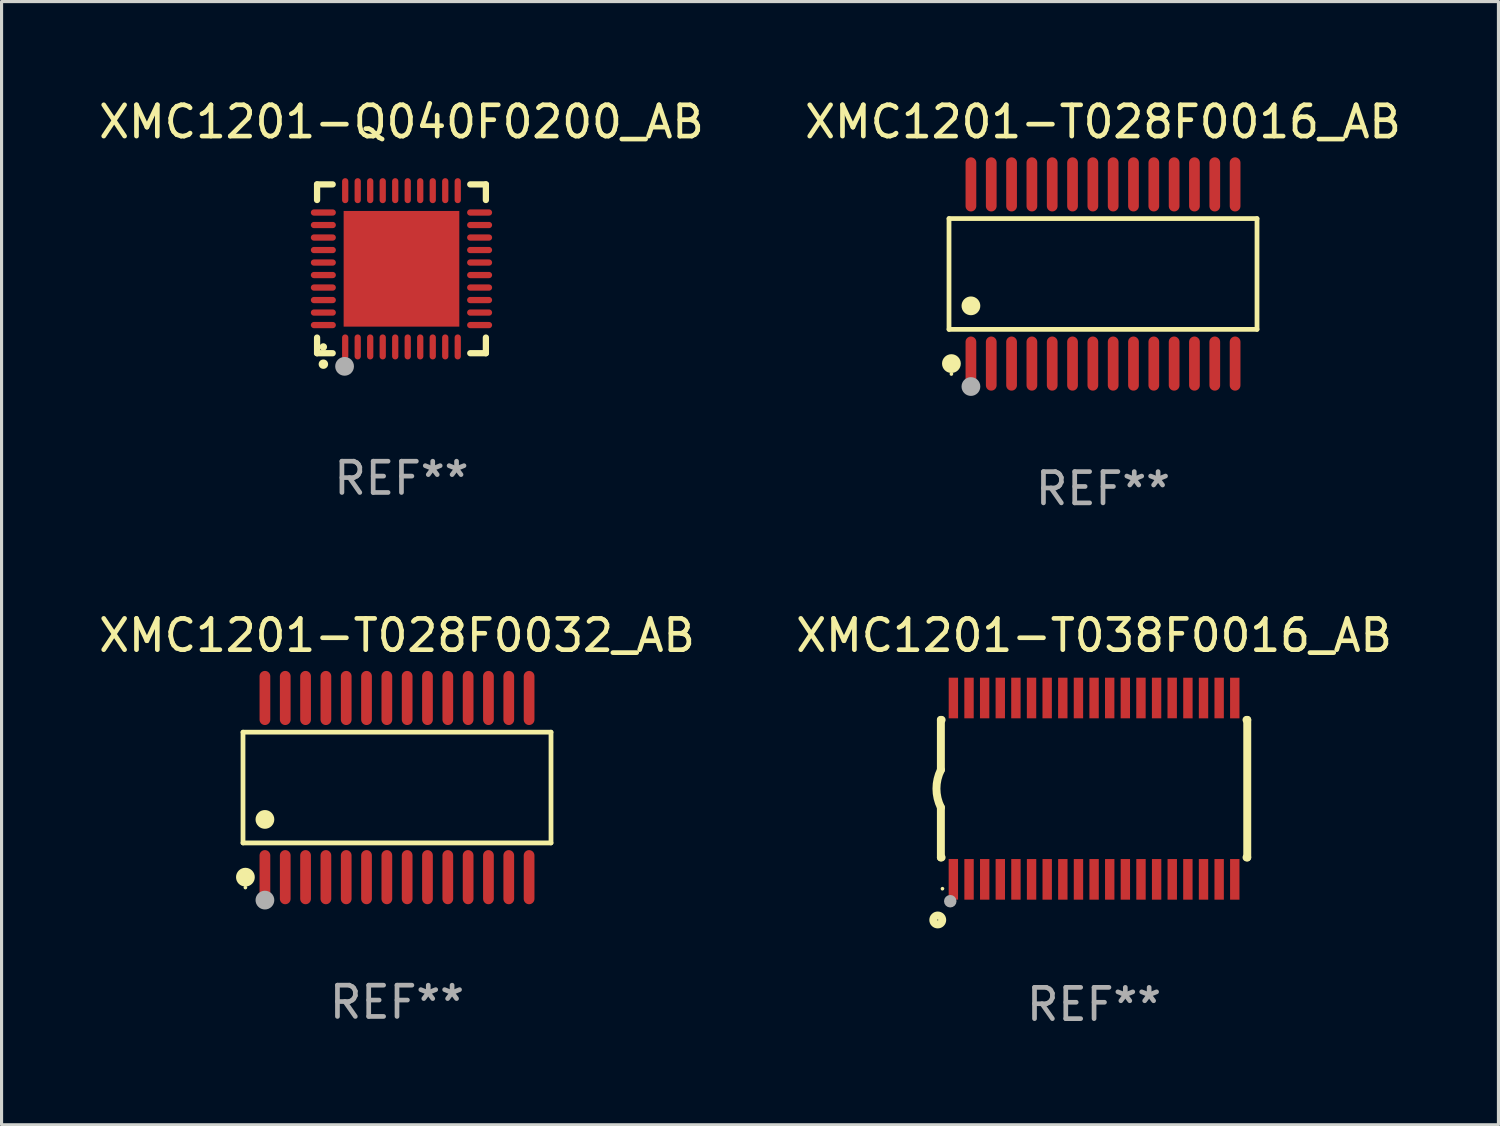
<source format=kicad_pcb>
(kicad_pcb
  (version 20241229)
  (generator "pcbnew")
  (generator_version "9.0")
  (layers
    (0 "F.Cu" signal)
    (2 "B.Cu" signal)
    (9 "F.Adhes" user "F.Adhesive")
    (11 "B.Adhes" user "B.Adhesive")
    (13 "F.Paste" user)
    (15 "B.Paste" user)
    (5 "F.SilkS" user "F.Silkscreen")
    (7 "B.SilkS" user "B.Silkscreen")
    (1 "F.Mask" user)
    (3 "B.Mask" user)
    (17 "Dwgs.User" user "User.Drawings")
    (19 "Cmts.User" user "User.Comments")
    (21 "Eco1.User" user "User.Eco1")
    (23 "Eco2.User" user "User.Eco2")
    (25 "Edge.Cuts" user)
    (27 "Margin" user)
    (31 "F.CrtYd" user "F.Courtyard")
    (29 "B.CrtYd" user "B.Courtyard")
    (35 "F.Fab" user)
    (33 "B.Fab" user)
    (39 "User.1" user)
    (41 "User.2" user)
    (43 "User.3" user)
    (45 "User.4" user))
  (footprint "XMC1201-T028F0016_AB"
    (layer "F.Cu")
    (at 32.232 5.714)
    (property "Reference" "XMC1201-T028F0016_AB" (at 0 -4.866 0) (layer "F.SilkS") (effects (font (size 1 1) (thickness 0.15))))
    (attr through_hole)
    (fp_line (start -4.926 -1.772) (end 4.926 -1.772) (stroke (width 0.152) (type solid)) (layer "F.SilkS"))
    (fp_line (start -4.926 1.771) (end -4.926 -1.772) (stroke (width 0.152) (type solid)) (layer "F.SilkS"))
    (fp_line (start 4.926 -1.772) (end 4.926 1.771) (stroke (width 0.152) (type solid)) (layer "F.SilkS"))
    (fp_line (start 4.926 1.771) (end -4.926 1.771) (stroke (width 0.152) (type solid)) (layer "F.SilkS"))
    (fp_circle (center -4.85 3.2) (end -4.82 3.2) (stroke (width 0.06) (type solid)) (fill no) (layer "F.SilkS"))
    (fp_circle (center -4.849 2.866) (end -4.699 2.866) (stroke (width 0.3) (type solid)) (fill no) (layer "F.SilkS"))
    (fp_circle (center -4.225 1.019) (end -4.075 1.019) (stroke (width 0.3) (type solid)) (fill no) (layer "F.SilkS"))
    (fp_circle (center -4.225 3.6) (end -4.075 3.6) (stroke (width 0.3) (type solid)) (fill no) (layer "F.Fab"))
    (fp_text user "REF**" (at 0 6.866 0) (layer "F.Fab") (effects (font (size 1 1) (thickness 0.15))))
    (pad "1" smd oval (at -4.225 2.866) (size 0.343 1.731) (layers "F.Cu" "F.Mask" "F.Paste"))
    (pad "2" smd oval (at -3.575 2.866) (size 0.343 1.731) (layers "F.Cu" "F.Mask" "F.Paste"))
    (pad "3" smd oval (at -2.925 2.866) (size 0.343 1.731) (layers "F.Cu" "F.Mask" "F.Paste"))
    (pad "4" smd oval (at -2.275 2.866) (size 0.343 1.731) (layers "F.Cu" "F.Mask" "F.Paste"))
    (pad "5" smd oval (at -1.625 2.866) (size 0.343 1.731) (layers "F.Cu" "F.Mask" "F.Paste"))
    (pad "6" smd oval (at -0.975 2.866) (size 0.343 1.731) (layers "F.Cu" "F.Mask" "F.Paste"))
    (pad "7" smd oval (at -0.325 2.866) (size 0.343 1.731) (layers "F.Cu" "F.Mask" "F.Paste"))
    (pad "8" smd oval (at 0.325 2.866) (size 0.343 1.731) (layers "F.Cu" "F.Mask" "F.Paste"))
    (pad "9" smd oval (at 0.975 2.866) (size 0.343 1.731) (layers "F.Cu" "F.Mask" "F.Paste"))
    (pad "10" smd oval (at 1.625 2.866) (size 0.343 1.731) (layers "F.Cu" "F.Mask" "F.Paste"))
    (pad "11" smd oval (at 2.275 2.866) (size 0.343 1.731) (layers "F.Cu" "F.Mask" "F.Paste"))
    (pad "12" smd oval (at 2.925 2.866) (size 0.343 1.731) (layers "F.Cu" "F.Mask" "F.Paste"))
    (pad "13" smd oval (at 3.575 2.866) (size 0.343 1.731) (layers "F.Cu" "F.Mask" "F.Paste"))
    (pad "14" smd oval (at 4.225 2.866) (size 0.343 1.731) (layers "F.Cu" "F.Mask" "F.Paste"))
    (pad "15" smd oval (at 4.225 -2.866) (size 0.343 1.731) (layers "F.Cu" "F.Mask" "F.Paste"))
    (pad "16" smd oval (at 3.575 -2.866) (size 0.343 1.731) (layers "F.Cu" "F.Mask" "F.Paste"))
    (pad "17" smd oval (at 2.925 -2.866) (size 0.343 1.731) (layers "F.Cu" "F.Mask" "F.Paste"))
    (pad "18" smd oval (at 2.275 -2.866) (size 0.343 1.731) (layers "F.Cu" "F.Mask" "F.Paste"))
    (pad "19" smd oval (at 1.625 -2.866) (size 0.343 1.731) (layers "F.Cu" "F.Mask" "F.Paste"))
    (pad "20" smd oval (at 0.975 -2.866) (size 0.343 1.731) (layers "F.Cu" "F.Mask" "F.Paste"))
    (pad "21" smd oval (at 0.325 -2.866) (size 0.343 1.731) (layers "F.Cu" "F.Mask" "F.Paste"))
    (pad "22" smd oval (at -0.325 -2.866) (size 0.343 1.731) (layers "F.Cu" "F.Mask" "F.Paste"))
    (pad "23" smd oval (at -0.975 -2.866) (size 0.343 1.731) (layers "F.Cu" "F.Mask" "F.Paste"))
    (pad "24" smd oval (at -1.625 -2.866) (size 0.343 1.731) (layers "F.Cu" "F.Mask" "F.Paste"))
    (pad "25" smd oval (at -2.275 -2.866) (size 0.343 1.731) (layers "F.Cu" "F.Mask" "F.Paste"))
    (pad "26" smd oval (at -2.925 -2.866) (size 0.343 1.731) (layers "F.Cu" "F.Mask" "F.Paste"))
    (pad "27" smd oval (at -3.575 -2.866) (size 0.343 1.731) (layers "F.Cu" "F.Mask" "F.Paste"))
    (pad "28" smd oval (at -4.225 -2.866) (size 0.343 1.731) (layers "F.Cu" "F.Mask" "F.Paste")))
  (footprint "XMC1201-Q040F0200_AB"
    (layer "F.Cu")
    (at 9.792 5.548)
    (property "Reference" "XMC1201-Q040F0200_AB" (at 0 -4.7 0) (layer "F.SilkS") (effects (font (size 1 1) (thickness 0.15))))
    (attr through_hole)
    (fp_line (start -2.7 -2.7) (end -2.7 -2.2) (stroke (width 0.2) (type solid)) (layer "F.SilkS"))
    (fp_line (start -2.7 2.7) (end -2.7 2.2) (stroke (width 0.2) (type solid)) (layer "F.SilkS"))
    (fp_line (start -2.2 -2.7) (end -2.7 -2.7) (stroke (width 0.2) (type solid)) (layer "F.SilkS"))
    (fp_line (start -2.2 2.7) (end -2.7 2.7) (stroke (width 0.2) (type solid)) (layer "F.SilkS"))
    (fp_line (start 2.7 -2.7) (end 2.2 -2.7) (stroke (width 0.2) (type solid)) (layer "F.SilkS"))
    (fp_line (start 2.7 -2.2) (end 2.7 -2.7) (stroke (width 0.2) (type solid)) (layer "F.SilkS"))
    (fp_line (start 2.7 2.2) (end 2.7 2.7) (stroke (width 0.2) (type solid)) (layer "F.SilkS"))
    (fp_line (start 2.7 2.7) (end 2.2 2.7) (stroke (width 0.2) (type solid)) (layer "F.SilkS"))
    (fp_arc (start -2.499365 3.050546) (mid -2.498095 3.050541) (end -2.496825 3.050546) (stroke (width 0.3) (type solid)) (layer "F.SilkS"))
    (fp_circle (center -2.5 2.5) (end -2.44 2.5) (stroke (width 0.12) (type solid)) (fill no) (layer "F.SilkS"))
    (fp_circle (center -1.82 3.12) (end -1.67 3.12) (stroke (width 0.3) (type solid)) (fill no) (layer "F.Fab"))
    (fp_text user "REF**" (at 0 6.7 0) (layer "F.Fab") (effects (font (size 1 1) (thickness 0.15))))
    (pad "1" smd oval (at -1.8 2.499) (size 0.2 0.8) (layers "F.Cu" "F.Mask" "F.Paste"))
    (pad "2" smd oval (at -1.4 2.499) (size 0.2 0.8) (layers "F.Cu" "F.Mask" "F.Paste"))
    (pad "3" smd oval (at -1 2.499) (size 0.2 0.8) (layers "F.Cu" "F.Mask" "F.Paste"))
    (pad "4" smd oval (at -0.6 2.499) (size 0.2 0.8) (layers "F.Cu" "F.Mask" "F.Paste"))
    (pad "5" smd oval (at -0.2 2.499) (size 0.2 0.8) (layers "F.Cu" "F.Mask" "F.Paste"))
    (pad "6" smd oval (at 0.2 2.499) (size 0.2 0.8) (layers "F.Cu" "F.Mask" "F.Paste"))
    (pad "7" smd oval (at 0.6 2.499) (size 0.2 0.8) (layers "F.Cu" "F.Mask" "F.Paste"))
    (pad "8" smd oval (at 1 2.499) (size 0.2 0.8) (layers "F.Cu" "F.Mask" "F.Paste"))
    (pad "9" smd oval (at 1.4 2.499) (size 0.2 0.8) (layers "F.Cu" "F.Mask" "F.Paste"))
    (pad "10" smd oval (at 1.8 2.499) (size 0.2 0.8) (layers "F.Cu" "F.Mask" "F.Paste"))
    (pad "11" smd oval (at 2.499 1.8) (size 0.8 0.2) (layers "F.Cu" "F.Mask" "F.Paste"))
    (pad "12" smd oval (at 2.499 1.4) (size 0.8 0.2) (layers "F.Cu" "F.Mask" "F.Paste"))
    (pad "13" smd oval (at 2.499 1) (size 0.8 0.2) (layers "F.Cu" "F.Mask" "F.Paste"))
    (pad "14" smd oval (at 2.499 0.6) (size 0.8 0.2) (layers "F.Cu" "F.Mask" "F.Paste"))
    (pad "15" smd oval (at 2.499 0.2) (size 0.8 0.2) (layers "F.Cu" "F.Mask" "F.Paste"))
    (pad "16" smd oval (at 2.499 -0.2) (size 0.8 0.2) (layers "F.Cu" "F.Mask" "F.Paste"))
    (pad "17" smd oval (at 2.499 -0.6) (size 0.8 0.2) (layers "F.Cu" "F.Mask" "F.Paste"))
    (pad "18" smd oval (at 2.499 -1) (size 0.8 0.2) (layers "F.Cu" "F.Mask" "F.Paste"))
    (pad "19" smd oval (at 2.499 -1.4) (size 0.8 0.2) (layers "F.Cu" "F.Mask" "F.Paste"))
    (pad "20" smd oval (at 2.499 -1.8) (size 0.8 0.2) (layers "F.Cu" "F.Mask" "F.Paste"))
    (pad "21" smd oval (at 1.8 -2.499) (size 0.2 0.8) (layers "F.Cu" "F.Mask" "F.Paste"))
    (pad "22" smd oval (at 1.4 -2.499) (size 0.2 0.8) (layers "F.Cu" "F.Mask" "F.Paste"))
    (pad "23" smd oval (at 1 -2.499) (size 0.2 0.8) (layers "F.Cu" "F.Mask" "F.Paste"))
    (pad "24" smd oval (at 0.6 -2.499) (size 0.2 0.8) (layers "F.Cu" "F.Mask" "F.Paste"))
    (pad "25" smd oval (at 0.2 -2.499) (size 0.2 0.8) (layers "F.Cu" "F.Mask" "F.Paste"))
    (pad "26" smd oval (at -0.2 -2.499) (size 0.2 0.8) (layers "F.Cu" "F.Mask" "F.Paste"))
    (pad "27" smd oval (at -0.6 -2.499) (size 0.2 0.8) (layers "F.Cu" "F.Mask" "F.Paste"))
    (pad "28" smd oval (at -1 -2.499) (size 0.2 0.8) (layers "F.Cu" "F.Mask" "F.Paste"))
    (pad "29" smd oval (at -1.4 -2.499) (size 0.2 0.8) (layers "F.Cu" "F.Mask" "F.Paste"))
    (pad "30" smd oval (at -1.8 -2.499) (size 0.2 0.8) (layers "F.Cu" "F.Mask" "F.Paste"))
    (pad "31" smd oval (at -2.499 -1.8) (size 0.8 0.2) (layers "F.Cu" "F.Mask" "F.Paste"))
    (pad "32" smd oval (at -2.499 -1.4) (size 0.8 0.2) (layers "F.Cu" "F.Mask" "F.Paste"))
    (pad "33" smd oval (at -2.499 -1) (size 0.8 0.2) (layers "F.Cu" "F.Mask" "F.Paste"))
    (pad "34" smd oval (at -2.499 -0.6) (size 0.8 0.2) (layers "F.Cu" "F.Mask" "F.Paste"))
    (pad "35" smd oval (at -2.499 -0.2) (size 0.8 0.2) (layers "F.Cu" "F.Mask" "F.Paste"))
    (pad "36" smd oval (at -2.499 0.2) (size 0.8 0.2) (layers "F.Cu" "F.Mask" "F.Paste"))
    (pad "37" smd oval (at -2.499 0.6) (size 0.8 0.2) (layers "F.Cu" "F.Mask" "F.Paste"))
    (pad "38" smd oval (at -2.499 1) (size 0.8 0.2) (layers "F.Cu" "F.Mask" "F.Paste"))
    (pad "39" smd oval (at -2.499 1.4) (size 0.8 0.2) (layers "F.Cu" "F.Mask" "F.Paste"))
    (pad "40" smd oval (at -2.499 1.8) (size 0.8 0.2) (layers "F.Cu" "F.Mask" "F.Paste"))
    (pad "41" smd rect (at 0 0) (size 3.7 3.7) (layers "F.Cu" "F.Mask" "F.Paste")))
  (footprint "XMC1201-T038F0016_AB"
    (layer "F.Cu")
    (at 31.946 22.177)
    (property "Reference" "XMC1201-T038F0016_AB" (at 0 -4.901 0) (layer "F.SilkS") (effects (font (size 1 1) (thickness 0.15))))
    (attr through_hole)
    (fp_line (start -4.9 -2.2) (end -4.9 -0.6) (stroke (width 0.254) (type solid)) (layer "F.SilkS"))
    (fp_line (start -4.9 -2.2) (end -4.876 -2.2) (stroke (width 0.254) (type solid)) (layer "F.SilkS"))
    (fp_line (start -4.9 2.2) (end -4.9 0.6) (stroke (width 0.254) (type solid)) (layer "F.SilkS"))
    (fp_line (start -4.9 2.2) (end -4.877 2.2) (stroke (width 0.254) (type solid)) (layer "F.SilkS"))
    (fp_line (start 4.876 -2.2) (end 4.9 -2.2) (stroke (width 0.254) (type solid)) (layer "F.SilkS"))
    (fp_line (start 4.877 2.2) (end 4.9 2.2) (stroke (width 0.254) (type solid)) (layer "F.SilkS"))
    (fp_line (start 4.9 -2.2) (end 4.9 2.2) (stroke (width 0.254) (type solid)) (layer "F.SilkS"))
    (fp_arc (start -4.900051 0.599822) (mid -5.041652 -0.000095) (end -4.9 -0.6) (stroke (width 0.254001) (type solid)) (layer "F.SilkS"))
    (fp_circle (center -5 4.2) (end -4.857 4.2) (stroke (width 0.254) (type solid)) (fill no) (layer "F.SilkS"))
    (fp_circle (center -4.85 3.2) (end -4.82 3.2) (stroke (width 0.06) (type solid)) (fill no) (layer "F.SilkS"))
    (fp_circle (center -4.6 3.6) (end -4.5 3.6) (stroke (width 0.2) (type solid)) (fill no) (layer "F.Fab"))
    (fp_text user "REF**" (at 0 6.901 0) (layer "F.Fab") (effects (font (size 1 1) (thickness 0.15))))
    (pad "1" smd rect (at -4.501 2.899 90) (size 1.3 0.3) (layers "F.Cu" "F.Mask" "F.Paste"))
    (pad "2" smd rect (at -3.999 2.901 90) (size 1.3 0.3) (layers "F.Cu" "F.Mask" "F.Paste"))
    (pad "3" smd rect (at -3.498 2.901 90) (size 1.3 0.3) (layers "F.Cu" "F.Mask" "F.Paste"))
    (pad "4" smd rect (at -2.999 2.901 90) (size 1.3 0.3) (layers "F.Cu" "F.Mask" "F.Paste"))
    (pad "5" smd rect (at -2.499 2.901 90) (size 1.3 0.3) (layers "F.Cu" "F.Mask" "F.Paste"))
    (pad "6" smd rect (at -1.999 2.901 90) (size 1.3 0.3) (layers "F.Cu" "F.Mask" "F.Paste"))
    (pad "7" smd rect (at -1.499 2.901 90) (size 1.3 0.3) (layers "F.Cu" "F.Mask" "F.Paste"))
    (pad "8" smd rect (at -0.999 2.901 90) (size 1.3 0.3) (layers "F.Cu" "F.Mask" "F.Paste"))
    (pad "9" smd rect (at -0.499 2.901 90) (size 1.3 0.3) (layers "F.Cu" "F.Mask" "F.Paste"))
    (pad "10" smd rect (at 0.001 2.901 90) (size 1.3 0.3) (layers "F.Cu" "F.Mask" "F.Paste"))
    (pad "11" smd rect (at 0.501 2.901 90) (size 1.3 0.3) (layers "F.Cu" "F.Mask" "F.Paste"))
    (pad "12" smd rect (at 1.001 2.901 90) (size 1.3 0.3) (layers "F.Cu" "F.Mask" "F.Paste"))
    (pad "13" smd rect (at 1.501 2.901 90) (size 1.3 0.3) (layers "F.Cu" "F.Mask" "F.Paste"))
    (pad "14" smd rect (at 2.001 2.901 90) (size 1.3 0.3) (layers "F.Cu" "F.Mask" "F.Paste"))
    (pad "15" smd rect (at 2.501 2.901 90) (size 1.3 0.3) (layers "F.Cu" "F.Mask" "F.Paste"))
    (pad "16" smd rect (at 3.001 2.901 90) (size 1.3 0.3) (layers "F.Cu" "F.Mask" "F.Paste"))
    (pad "17" smd rect (at 3.501 2.901 90) (size 1.3 0.3) (layers "F.Cu" "F.Mask" "F.Paste"))
    (pad "18" smd rect (at 4.001 2.901 90) (size 1.3 0.3) (layers "F.Cu" "F.Mask" "F.Paste"))
    (pad "19" smd rect (at 4.501 2.901 90) (size 1.3 0.3) (layers "F.Cu" "F.Mask" "F.Paste"))
    (pad "20" smd rect (at 4.501 -2.899 90) (size 1.3 0.3) (layers "F.Cu" "F.Mask" "F.Paste"))
    (pad "21" smd rect (at 4.001 -2.9 90) (size 1.3 0.3) (layers "F.Cu" "F.Mask" "F.Paste"))
    (pad "22" smd rect (at 3.501 -2.899 90) (size 1.3 0.3) (layers "F.Cu" "F.Mask" "F.Paste"))
    (pad "23" smd rect (at 3.002 -2.899 90) (size 1.3 0.3) (layers "F.Cu" "F.Mask" "F.Paste"))
    (pad "24" smd rect (at 2.499 -2.901 90) (size 1.3 0.3) (layers "F.Cu" "F.Mask" "F.Paste"))
    (pad "25" smd rect (at 2 -2.9 90) (size 1.3 0.3) (layers "F.Cu" "F.Mask" "F.Paste"))
    (pad "26" smd rect (at 1.5 -2.9 90) (size 1.3 0.3) (layers "F.Cu" "F.Mask" "F.Paste"))
    (pad "27" smd rect (at 1 -2.9 90) (size 1.3 0.3) (layers "F.Cu" "F.Mask" "F.Paste"))
    (pad "28" smd rect (at 0.5 -2.9 90) (size 1.3 0.3) (layers "F.Cu" "F.Mask" "F.Paste"))
    (pad "29" smd rect (at 0.000127 -2.9 90) (size 1.3 0.3) (layers "F.Cu" "F.Mask" "F.Paste"))
    (pad "30" smd rect (at -0.5 -2.9 90) (size 1.3 0.3) (layers "F.Cu" "F.Mask" "F.Paste"))
    (pad "31" smd rect (at -1 -2.9 90) (size 1.3 0.3) (layers "F.Cu" "F.Mask" "F.Paste"))
    (pad "32" smd rect (at -1.5 -2.9 90) (size 1.3 0.3) (layers "F.Cu" "F.Mask" "F.Paste"))
    (pad "33" smd rect (at -2 -2.9 90) (size 1.3 0.3) (layers "F.Cu" "F.Mask" "F.Paste"))
    (pad "34" smd rect (at -2.5 -2.9 90) (size 1.3 0.3) (layers "F.Cu" "F.Mask" "F.Paste"))
    (pad "35" smd rect (at -3 -2.9 90) (size 1.3 0.3) (layers "F.Cu" "F.Mask" "F.Paste"))
    (pad "36" smd rect (at -3.5 -2.9 90) (size 1.3 0.3) (layers "F.Cu" "F.Mask" "F.Paste"))
    (pad "37" smd rect (at -4 -2.9 90) (size 1.3 0.3) (layers "F.Cu" "F.Mask" "F.Paste"))
    (pad "38" smd rect (at -4.5 -2.9 90) (size 1.3 0.3) (layers "F.Cu" "F.Mask" "F.Paste")))
  (footprint "XMC1201-T028F0032_AB"
    (layer "F.Cu")
    (at 9.649 22.142)
    (property "Reference" "XMC1201-T028F0032_AB" (at 0 -4.866 0) (layer "F.SilkS") (effects (font (size 1 1) (thickness 0.15))))
    (attr through_hole)
    (fp_line (start -4.926 -1.772) (end 4.926 -1.772) (stroke (width 0.152) (type solid)) (layer "F.SilkS"))
    (fp_line (start -4.926 1.771) (end -4.926 -1.772) (stroke (width 0.152) (type solid)) (layer "F.SilkS"))
    (fp_line (start 4.926 -1.772) (end 4.926 1.771) (stroke (width 0.152) (type solid)) (layer "F.SilkS"))
    (fp_line (start 4.926 1.771) (end -4.926 1.771) (stroke (width 0.152) (type solid)) (layer "F.SilkS"))
    (fp_circle (center -4.85 3.2) (end -4.82 3.2) (stroke (width 0.06) (type solid)) (fill no) (layer "F.SilkS"))
    (fp_circle (center -4.849 2.866) (end -4.699 2.866) (stroke (width 0.3) (type solid)) (fill no) (layer "F.SilkS"))
    (fp_circle (center -4.225 1.019) (end -4.075 1.019) (stroke (width 0.3) (type solid)) (fill no) (layer "F.SilkS"))
    (fp_circle (center -4.225 3.6) (end -4.075 3.6) (stroke (width 0.3) (type solid)) (fill no) (layer "F.Fab"))
    (fp_text user "REF**" (at 0 6.866 0) (layer "F.Fab") (effects (font (size 1 1) (thickness 0.15))))
    (pad "1" smd oval (at -4.225 2.866) (size 0.343 1.731) (layers "F.Cu" "F.Mask" "F.Paste"))
    (pad "2" smd oval (at -3.575 2.866) (size 0.343 1.731) (layers "F.Cu" "F.Mask" "F.Paste"))
    (pad "3" smd oval (at -2.925 2.866) (size 0.343 1.731) (layers "F.Cu" "F.Mask" "F.Paste"))
    (pad "4" smd oval (at -2.275 2.866) (size 0.343 1.731) (layers "F.Cu" "F.Mask" "F.Paste"))
    (pad "5" smd oval (at -1.625 2.866) (size 0.343 1.731) (layers "F.Cu" "F.Mask" "F.Paste"))
    (pad "6" smd oval (at -0.975 2.866) (size 0.343 1.731) (layers "F.Cu" "F.Mask" "F.Paste"))
    (pad "7" smd oval (at -0.325 2.866) (size 0.343 1.731) (layers "F.Cu" "F.Mask" "F.Paste"))
    (pad "8" smd oval (at 0.325 2.866) (size 0.343 1.731) (layers "F.Cu" "F.Mask" "F.Paste"))
    (pad "9" smd oval (at 0.975 2.866) (size 0.343 1.731) (layers "F.Cu" "F.Mask" "F.Paste"))
    (pad "10" smd oval (at 1.625 2.866) (size 0.343 1.731) (layers "F.Cu" "F.Mask" "F.Paste"))
    (pad "11" smd oval (at 2.275 2.866) (size 0.343 1.731) (layers "F.Cu" "F.Mask" "F.Paste"))
    (pad "12" smd oval (at 2.925 2.866) (size 0.343 1.731) (layers "F.Cu" "F.Mask" "F.Paste"))
    (pad "13" smd oval (at 3.575 2.866) (size 0.343 1.731) (layers "F.Cu" "F.Mask" "F.Paste"))
    (pad "14" smd oval (at 4.225 2.866) (size 0.343 1.731) (layers "F.Cu" "F.Mask" "F.Paste"))
    (pad "15" smd oval (at 4.225 -2.866) (size 0.343 1.731) (layers "F.Cu" "F.Mask" "F.Paste"))
    (pad "16" smd oval (at 3.575 -2.866) (size 0.343 1.731) (layers "F.Cu" "F.Mask" "F.Paste"))
    (pad "17" smd oval (at 2.925 -2.866) (size 0.343 1.731) (layers "F.Cu" "F.Mask" "F.Paste"))
    (pad "18" smd oval (at 2.275 -2.866) (size 0.343 1.731) (layers "F.Cu" "F.Mask" "F.Paste"))
    (pad "19" smd oval (at 1.625 -2.866) (size 0.343 1.731) (layers "F.Cu" "F.Mask" "F.Paste"))
    (pad "20" smd oval (at 0.975 -2.866) (size 0.343 1.731) (layers "F.Cu" "F.Mask" "F.Paste"))
    (pad "21" smd oval (at 0.325 -2.866) (size 0.343 1.731) (layers "F.Cu" "F.Mask" "F.Paste"))
    (pad "22" smd oval (at -0.325 -2.866) (size 0.343 1.731) (layers "F.Cu" "F.Mask" "F.Paste"))
    (pad "23" smd oval (at -0.975 -2.866) (size 0.343 1.731) (layers "F.Cu" "F.Mask" "F.Paste"))
    (pad "24" smd oval (at -1.625 -2.866) (size 0.343 1.731) (layers "F.Cu" "F.Mask" "F.Paste"))
    (pad "25" smd oval (at -2.275 -2.866) (size 0.343 1.731) (layers "F.Cu" "F.Mask" "F.Paste"))
    (pad "26" smd oval (at -2.925 -2.866) (size 0.343 1.731) (layers "F.Cu" "F.Mask" "F.Paste"))
    (pad "27" smd oval (at -3.575 -2.866) (size 0.343 1.731) (layers "F.Cu" "F.Mask" "F.Paste"))
    (pad "28" smd oval (at -4.225 -2.866) (size 0.343 1.731) (layers "F.Cu" "F.Mask" "F.Paste")))
  (gr_rect
    (start -3 -3)
    (end 44.881 32.927)
    (stroke (width 0.1) (type default))
    (fill no)
    (layer "Edge.Cuts")))
</source>
